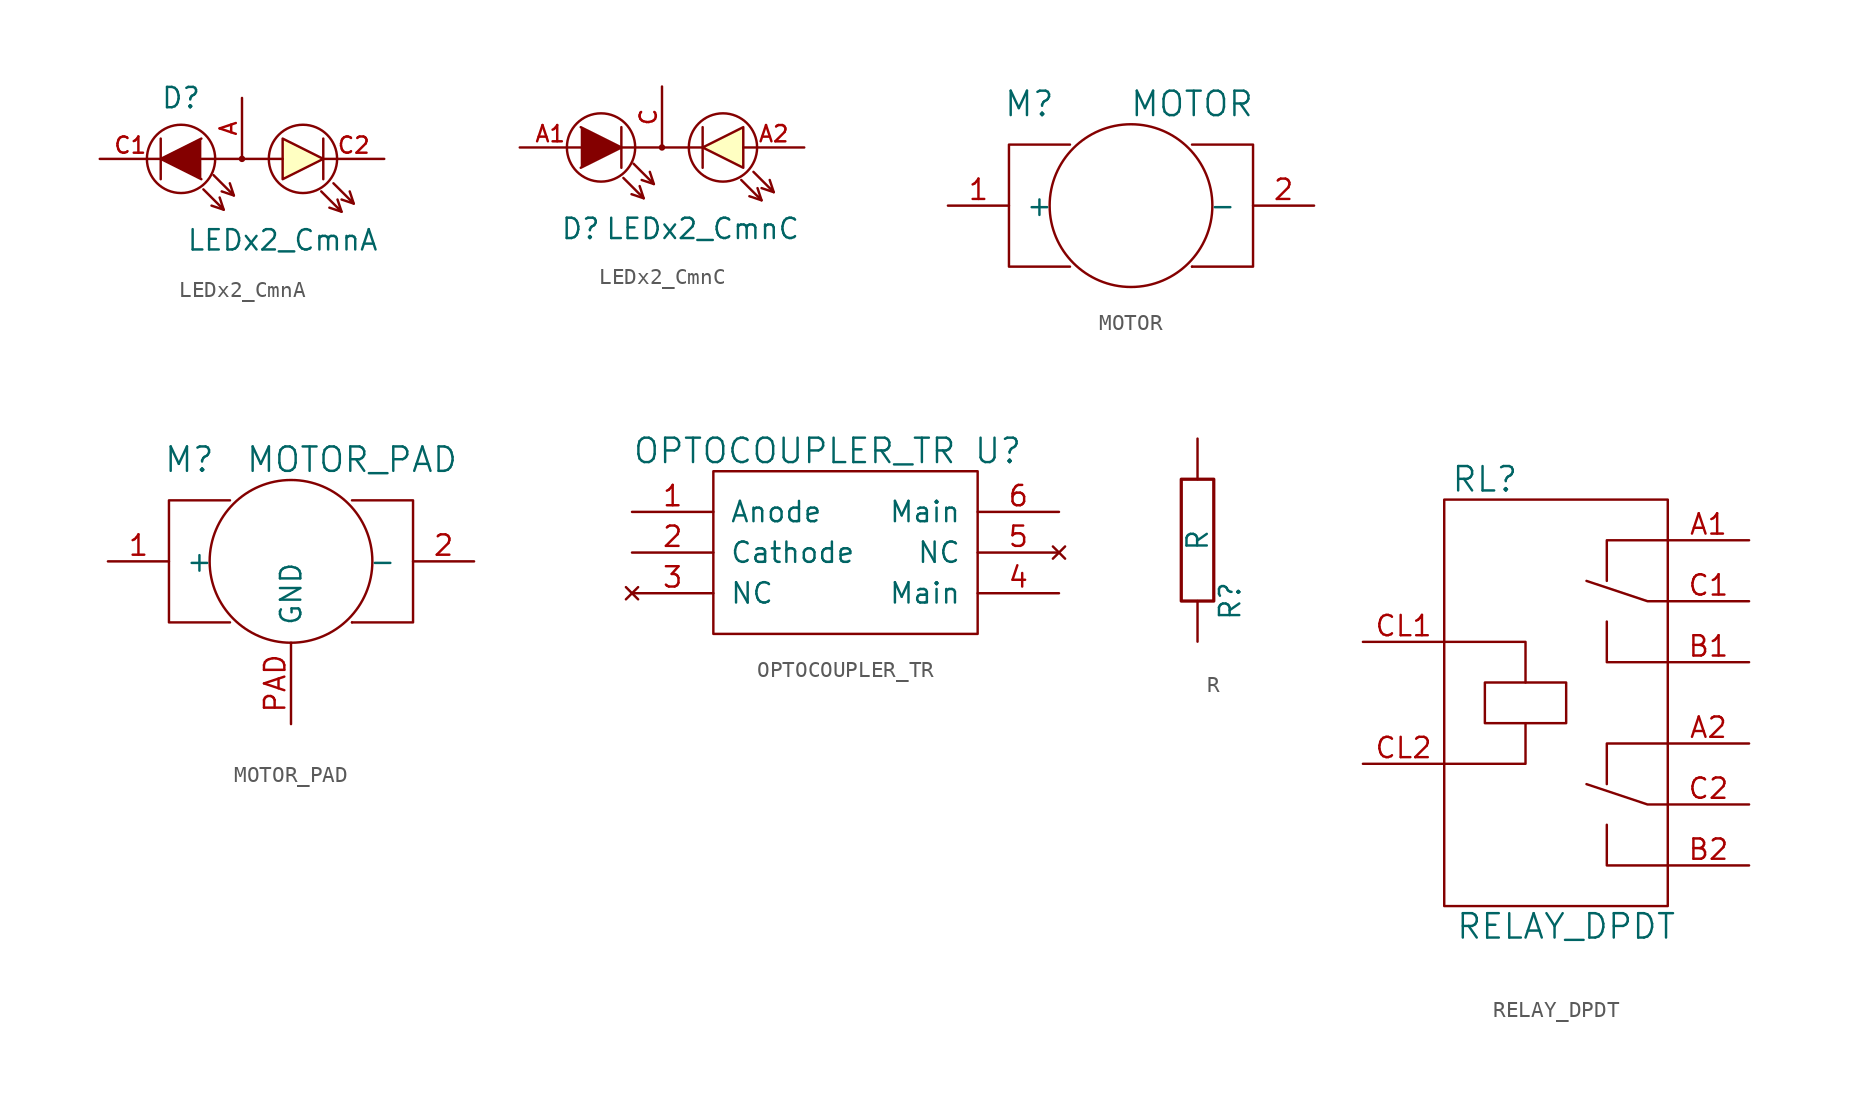
<source format=kicad_sym>
(kicad_symbol_lib
  (version 20201005)
  (generator kicad_symbol_editor)
  (symbol "Tittar_kl:LEDx2_CmnA"
    (pin_names
      (offset 1.016) hide)
    (property "Reference" "D"
      (at -3.81 3.81 0)
      (effects (font (size 1.27 1.27))))
    (property "Value" "LEDx2_CmnA"
      (at 2.54 -5.08 0)
      (effects (font (size 1.27 1.27))))
    (property "Footprint" ""
      (at 0 0 0)
      (effects (font (size 1.524 1.524))))
    (property "Datasheet" ""
      (at 0 0 0)
      (effects (font (size 1.524 1.524))))
    (symbol "LEDx2_CmnA_0_1"
      (circle (center -3.81 0) (radius 2.134) (stroke (width 0)) (fill (type none)))
      (circle (center 0 0) (radius 0.127) (stroke (width 0)) (fill (type background)))
      (circle (center 3.81 0) (radius 2.134) (stroke (width 0)) (fill (type none)))
      (polyline (pts (xy -5.08 1.27) (xy -5.08 -1.27)) (stroke (width 0)) (fill (type none)))
      (polyline (pts (xy -1.143 -3.175) (xy -1.905 -2.921)) (stroke (width 0)) (fill (type none)))
      (polyline (pts (xy -0.508 -2.286) (xy -1.27 -2.032)) (stroke (width 0)) (fill (type none)))
      (polyline (pts (xy 5.08 1.27) (xy 5.08 -1.27)) (stroke (width 0)) (fill (type none)))
      (polyline (pts (xy 6.223 -3.302) (xy 5.461 -3.048)) (stroke (width 0)) (fill (type none)))
      (polyline (pts (xy 6.985 -2.794) (xy 6.223 -2.54)) (stroke (width 0)) (fill (type none)))
      (polyline (pts (xy -2.54 0) (xy 2.54 0) (xy 2.54 0)) (stroke (width 0)) (fill (type background)))
      (polyline (pts (xy -2.54 1.27) (xy -5.08 0) (xy -2.54 -1.27)) (stroke (width 0)) (fill (type outline)))
      (polyline (pts (xy -2.413 -1.905) (xy -1.143 -3.175) (xy -1.397 -2.413) (xy -1.397 -2.413)) (stroke (width 0)) (fill (type none)))
      (polyline (pts (xy -1.778 -1.016) (xy -0.508 -2.286) (xy -0.762 -1.524) (xy -0.762 -1.524)) (stroke (width 0)) (fill (type none)))
      (polyline (pts (xy 4.953 -2.032) (xy 6.223 -3.302) (xy 5.969 -2.54) (xy 5.969 -2.54)) (stroke (width 0)) (fill (type none)))
      (polyline (pts (xy 5.715 -1.524) (xy 6.985 -2.794) (xy 6.731 -2.032) (xy 6.731 -2.032)) (stroke (width 0)) (fill (type none)))
      (polyline (pts (xy 5.08 0) (xy 2.54 1.27) (xy 2.54 -1.27) (xy 5.08 0) (xy 5.08 0)) (stroke (width 0)) (fill (type background))))
    (symbol "LEDx2_CmnA_1_1"
      (pin passive line (at 0 3.81 270) (length 3.81) (name "A" (effects (font (size 1.016 1.016)))) (number "A" (effects (font (size 1.016 1.016)))))
      (pin passive line (at -8.89 0 0) (length 3.81) (name "C1" (effects (font (size 1.016 1.016)))) (number "C1" (effects (font (size 1.016 1.016)))))
      (pin passive line (at 8.89 0 180) (length 3.81) (name "C2" (effects (font (size 1.016 1.016)))) (number "C2" (effects (font (size 1.016 1.016)))))))
  (symbol "Tittar_kl:LEDx2_CmnC"
    (pin_names
      (offset 1.016) hide)
    (property "Reference" "D"
      (at -5.08 -5.08 0)
      (effects (font (size 1.27 1.27))))
    (property "Value" "LEDx2_CmnC"
      (at 2.54 -5.08 0)
      (effects (font (size 1.27 1.27))))
    (property "Footprint" ""
      (at 0 0 0)
      (effects (font (size 1.524 1.524))))
    (property "Datasheet" ""
      (at 0 0 0)
      (effects (font (size 1.524 1.524))))
    (symbol "LEDx2_CmnC_0_1"
      (circle (center -3.81 0) (radius 2.134) (stroke (width 0)) (fill (type none)))
      (circle (center 0 0) (radius 0.127) (stroke (width 0)) (fill (type background)))
      (circle (center 3.81 0) (radius 2.134) (stroke (width 0)) (fill (type none)))
      (polyline (pts (xy -2.54 1.27) (xy -2.54 -1.27)) (stroke (width 0)) (fill (type none)))
      (polyline (pts (xy -1.143 -3.175) (xy -1.905 -2.921)) (stroke (width 0)) (fill (type none)))
      (polyline (pts (xy -0.508 -2.286) (xy -1.27 -2.032)) (stroke (width 0)) (fill (type none)))
      (polyline (pts (xy 2.54 1.27) (xy 2.54 -1.27)) (stroke (width 0)) (fill (type none)))
      (polyline (pts (xy 6.223 -3.302) (xy 5.461 -3.048)) (stroke (width 0)) (fill (type none)))
      (polyline (pts (xy 6.985 -2.794) (xy 6.223 -2.54)) (stroke (width 0)) (fill (type none)))
      (polyline (pts (xy -5.08 1.27) (xy -2.54 0) (xy -5.08 -1.27)) (stroke (width 0)) (fill (type outline)))
      (polyline (pts (xy -2.54 0) (xy 2.54 0) (xy 2.54 0)) (stroke (width 0)) (fill (type background)))
      (polyline (pts (xy -2.413 -1.905) (xy -1.143 -3.175) (xy -1.397 -2.413) (xy -1.397 -2.413)) (stroke (width 0)) (fill (type none)))
      (polyline (pts (xy -1.778 -1.016) (xy -0.508 -2.286) (xy -0.762 -1.524) (xy -0.762 -1.524)) (stroke (width 0)) (fill (type none)))
      (polyline (pts (xy 4.953 -2.032) (xy 6.223 -3.302) (xy 5.969 -2.54) (xy 5.969 -2.54)) (stroke (width 0)) (fill (type none)))
      (polyline (pts (xy 5.715 -1.524) (xy 6.985 -2.794) (xy 6.731 -2.032) (xy 6.731 -2.032)) (stroke (width 0)) (fill (type none)))
      (polyline (pts (xy 2.54 0) (xy 5.08 1.27) (xy 5.08 -1.27) (xy 2.54 0) (xy 2.54 0)) (stroke (width 0)) (fill (type background))))
    (symbol "LEDx2_CmnC_1_1"
      (pin passive line (at -8.89 0 0) (length 3.81) (name "A1" (effects (font (size 1.016 1.016)))) (number "A1" (effects (font (size 1.016 1.016)))))
      (pin passive line (at 8.89 0 180) (length 3.81) (name "A2" (effects (font (size 1.016 1.016)))) (number "A2" (effects (font (size 1.016 1.016)))))
      (pin passive line (at 0 3.81 270) (length 3.81) (name "C" (effects (font (size 1.016 1.016)))) (number "C" (effects (font (size 1.016 1.016)))))))
  (symbol "Tittar_kl:MOTOR"
    (pin_names
      (offset 1.016))
    (property "Reference" "M"
      (at -6.35 6.35 0)
      (effects (font (size 1.524 1.524))))
    (property "Value" "MOTOR"
      (at 3.81 6.35 0)
      (effects (font (size 1.524 1.524))))
    (property "Footprint" ""
      (at 0 0 0)
      (effects (font (size 1.524 1.524))))
    (property "Datasheet" ""
      (at 0 0 0)
      (effects (font (size 1.524 1.524))))
    (symbol "MOTOR_0_1"
      (circle (center 0 0) (radius 5.08) (stroke (width 0)) (fill (type none)))
      (polyline (pts (xy 3.81 -3.81) (xy 3.81 -3.81)) (stroke (width 0)) (fill (type none)))
      (polyline (pts (xy -3.81 -3.81) (xy -7.62 -3.81) (xy -7.62 3.81) (xy -3.81 3.81) (xy -3.81 3.81)) (stroke (width 0)) (fill (type none)))
      (polyline (pts (xy 3.81 3.81) (xy 7.62 3.81) (xy 7.62 -3.81) (xy 3.81 -3.81) (xy 3.81 -3.81)) (stroke (width 0)) (fill (type none))))
    (symbol "MOTOR_1_1"
      (pin passive line (at -11.43 0 0) (length 3.81) (name "+" (effects (font (size 1.27 1.27)))) (number "1" (effects (font (size 1.27 1.27)))))
      (pin passive line (at 11.43 0 180) (length 3.81) (name "-" (effects (font (size 1.27 1.27)))) (number "2" (effects (font (size 1.27 1.27)))))))
  (symbol "Tittar_kl:MOTOR_PAD"
    (pin_names
      (offset 1.016))
    (property "Reference" "M"
      (at -6.35 6.35 0)
      (effects (font (size 1.524 1.524))))
    (property "Value" "MOTOR_PAD"
      (at 3.81 6.35 0)
      (effects (font (size 1.524 1.524))))
    (property "Footprint" ""
      (at 0 0 0)
      (effects (font (size 1.524 1.524))))
    (property "Datasheet" ""
      (at 0 0 0)
      (effects (font (size 1.524 1.524))))
    (symbol "MOTOR_PAD_0_1"
      (circle (center 0 0) (radius 5.08) (stroke (width 0)) (fill (type none)))
      (polyline (pts (xy 3.81 -3.81) (xy 3.81 -3.81)) (stroke (width 0)) (fill (type none)))
      (polyline (pts (xy -3.81 -3.81) (xy -7.62 -3.81) (xy -7.62 3.81) (xy -3.81 3.81) (xy -3.81 3.81)) (stroke (width 0)) (fill (type none)))
      (polyline (pts (xy 3.81 3.81) (xy 7.62 3.81) (xy 7.62 -3.81) (xy 3.81 -3.81) (xy 3.81 -3.81)) (stroke (width 0)) (fill (type none))))
    (symbol "MOTOR_PAD_1_1"
      (pin passive line (at -11.43 0 0) (length 3.81) (name "+" (effects (font (size 1.27 1.27)))) (number "1" (effects (font (size 1.27 1.27)))))
      (pin passive line (at 11.43 0 180) (length 3.81) (name "-" (effects (font (size 1.27 1.27)))) (number "2" (effects (font (size 1.27 1.27)))))
      (pin passive line (at 0 -10.16 90) (length 5.08) (name "GND" (effects (font (size 1.27 1.27)))) (number "PAD" (effects (font (size 1.27 1.27)))))))
  (symbol "Tittar_kl:OPTOCOUPLER_TR"
    (pin_names
      (offset 1.016))
    (property "Reference" "U"
      (at 10.16 6.35 0)
      (effects (font (size 1.524 1.524))))
    (property "Value" "OPTOCOUPLER_TR"
      (at -2.54 6.35 0)
      (effects (font (size 1.524 1.524))))
    (property "Footprint" ""
      (at 0 0 0)
      (effects (font (size 1.524 1.524))))
    (property "Datasheet" ""
      (at 0 0 0)
      (effects (font (size 1.524 1.524))))
    (symbol "OPTOCOUPLER_TR_0_1"
      (rectangle (start -7.62 5.08) (end 8.89 -5.08) (stroke (width 0)) (fill (type none))))
    (symbol "OPTOCOUPLER_TR_1_1"
      (pin passive line (at -12.7 2.54 0) (length 5.08) (name "Anode" (effects (font (size 1.27 1.27)))) (number "1" (effects (font (size 1.27 1.27)))))
      (pin passive line (at -12.7 0 0) (length 5.08) (name "Cathode" (effects (font (size 1.27 1.27)))) (number "2" (effects (font (size 1.27 1.27)))))
      (pin unconnected line (at -12.7 -2.54 0) (length 5.08) (name "NC" (effects (font (size 1.27 1.27)))) (number "3" (effects (font (size 1.27 1.27)))))
      (pin passive line (at 13.97 -2.54 180) (length 5.08) (name "Main" (effects (font (size 1.27 1.27)))) (number "4" (effects (font (size 1.27 1.27)))))
      (pin unconnected line (at 13.97 0 180) (length 5.08) (name "NC" (effects (font (size 1.27 1.27)))) (number "5" (effects (font (size 1.27 1.27)))))
      (pin passive line (at 13.97 2.54 180) (length 5.08) (name "Main" (effects (font (size 1.27 1.27)))) (number "6" (effects (font (size 1.27 1.27)))))))
  (symbol "Tittar_kl:R"
    (pin_numbers hide)
    (pin_names
      (offset 0))
    (property "Reference" "R"
      (at 2.032 -3.81 90)
      (effects (font (size 1.27 1.27))))
    (property "Value" "R"
      (at 0 0 90)
      (effects (font (size 1.27 1.27))))
    (symbol "R_0_1"
      (rectangle (start -1.016 3.81) (end 1.016 -3.81) (stroke (width 0.203)) (fill (type none))))
    (symbol "R_1_1"
      (pin passive line (at 0 6.35 270) (length 2.54) (name "~" (effects (font (size 1.524 1.524)))) (number "1" (effects (font (size 1.524 1.524)))))
      (pin passive line (at 0 -6.35 90) (length 2.54) (name "~" (effects (font (size 1.524 1.524)))) (number "2" (effects (font (size 1.524 1.524)))))))
  (symbol "Tittar_kl:RELAY_DPDT"
    (pin_names
      (offset 1.016) hide)
    (property "Reference" "RL"
      (at -5.08 13.97 0)
      (effects (font (size 1.524 1.524))))
    (property "Value" "RELAY_DPDT"
      (at 0 -13.97 0)
      (effects (font (size 1.524 1.524))))
    (property "Footprint" ""
      (at 0 0 0)
      (effects (font (size 1.524 1.524))))
    (property "Datasheet" ""
      (at 0 0 0)
      (effects (font (size 1.524 1.524))))
    (symbol "RELAY_DPDT_0_1"
      (rectangle (start -5.08 1.27) (end 0 -1.27) (stroke (width 0)) (fill (type none)))
      (rectangle (start 6.35 12.7) (end -7.62 -12.7) (stroke (width 0)) (fill (type none)))
      (polyline (pts (xy -7.62 -3.81) (xy -2.54 -3.81) (xy -2.54 -1.27) (xy -2.54 -1.27)) (stroke (width 0)) (fill (type none)))
      (polyline (pts (xy -7.62 3.81) (xy -2.54 3.81) (xy -2.54 1.27) (xy -2.54 1.27)) (stroke (width 0)) (fill (type none)))
      (polyline (pts (xy 6.35 -10.16) (xy 2.54 -10.16) (xy 2.54 -7.62) (xy 2.54 -7.62)) (stroke (width 0)) (fill (type none)))
      (polyline (pts (xy 6.35 -6.35) (xy 5.08 -6.35) (xy 1.27 -5.08) (xy 1.27 -5.08)) (stroke (width 0)) (fill (type none)))
      (polyline (pts (xy 6.35 -2.54) (xy 2.54 -2.54) (xy 2.54 -5.08) (xy 2.54 -5.08)) (stroke (width 0)) (fill (type none)))
      (polyline (pts (xy 6.35 2.54) (xy 2.54 2.54) (xy 2.54 5.08) (xy 2.54 5.08)) (stroke (width 0)) (fill (type none)))
      (polyline (pts (xy 6.35 6.35) (xy 5.08 6.35) (xy 1.27 7.62) (xy 1.27 7.62)) (stroke (width 0)) (fill (type none)))
      (polyline (pts (xy 6.35 10.16) (xy 2.54 10.16) (xy 2.54 7.62) (xy 2.54 7.62)) (stroke (width 0)) (fill (type none))))
    (symbol "RELAY_DPDT_1_1"
      (pin passive line (at 11.43 10.16 180) (length 5.08) (name "A1" (effects (font (size 1.27 1.27)))) (number "A1" (effects (font (size 1.27 1.27)))))
      (pin passive line (at 11.43 -2.54 180) (length 5.08) (name "A2" (effects (font (size 1.27 1.27)))) (number "A2" (effects (font (size 1.27 1.27)))))
      (pin passive line (at 11.43 2.54 180) (length 5.08) (name "B1" (effects (font (size 1.27 1.27)))) (number "B1" (effects (font (size 1.27 1.27)))))
      (pin passive line (at 11.43 -10.16 180) (length 5.08) (name "B2" (effects (font (size 1.27 1.27)))) (number "B2" (effects (font (size 1.27 1.27)))))
      (pin passive line (at 11.43 6.35 180) (length 5.08) (name "C1" (effects (font (size 1.27 1.27)))) (number "C1" (effects (font (size 1.27 1.27)))))
      (pin passive line (at 11.43 -6.35 180) (length 5.08) (name "C2" (effects (font (size 1.27 1.27)))) (number "C2" (effects (font (size 1.27 1.27)))))
      (pin passive line (at -12.7 3.81 0) (length 5.08) (name "CL1" (effects (font (size 1.27 1.27)))) (number "CL1" (effects (font (size 1.27 1.27)))))
      (pin passive line (at -12.7 -3.81 0) (length 5.08) (name "CL2" (effects (font (size 1.27 1.27)))) (number "CL2" (effects (font (size 1.27 1.27))))))))
</source>
